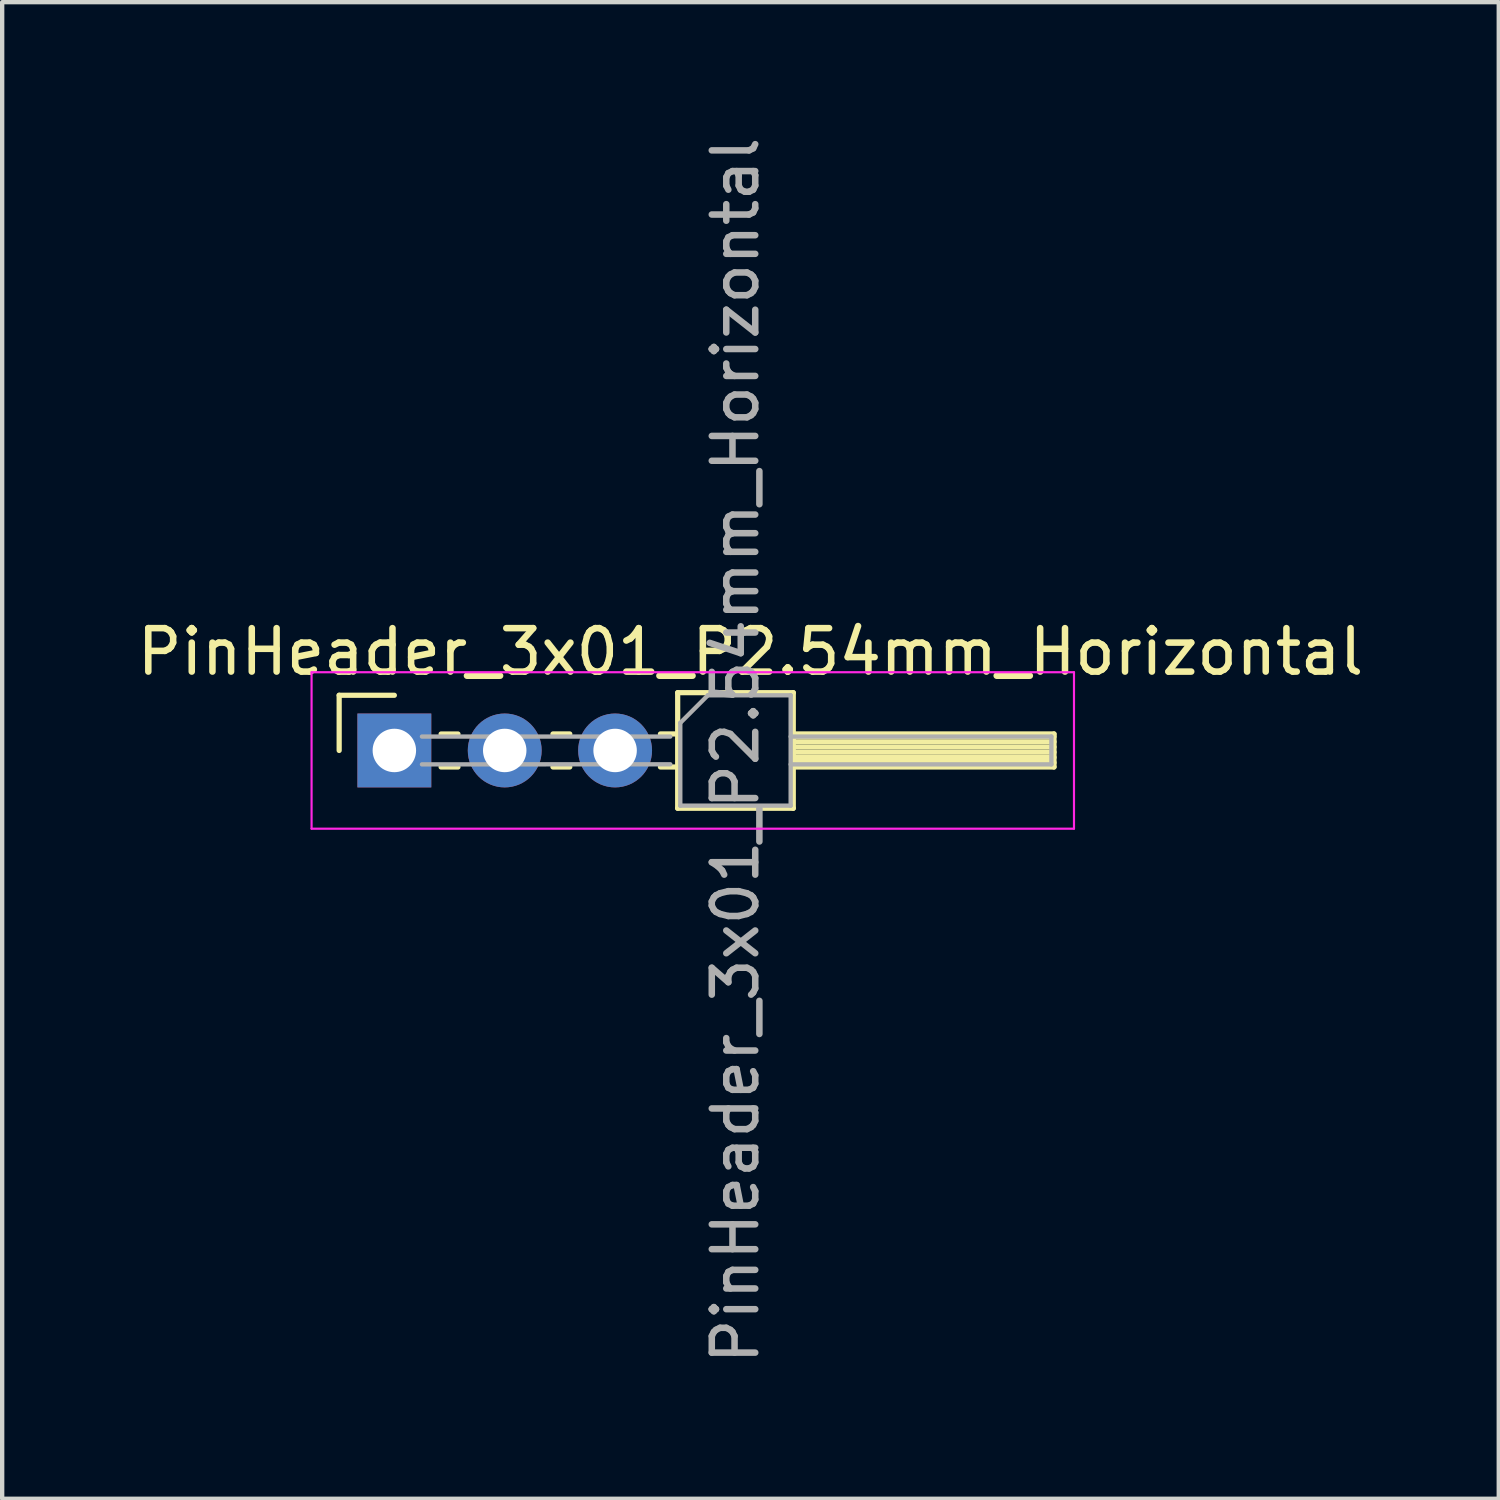
<source format=kicad_pcb>
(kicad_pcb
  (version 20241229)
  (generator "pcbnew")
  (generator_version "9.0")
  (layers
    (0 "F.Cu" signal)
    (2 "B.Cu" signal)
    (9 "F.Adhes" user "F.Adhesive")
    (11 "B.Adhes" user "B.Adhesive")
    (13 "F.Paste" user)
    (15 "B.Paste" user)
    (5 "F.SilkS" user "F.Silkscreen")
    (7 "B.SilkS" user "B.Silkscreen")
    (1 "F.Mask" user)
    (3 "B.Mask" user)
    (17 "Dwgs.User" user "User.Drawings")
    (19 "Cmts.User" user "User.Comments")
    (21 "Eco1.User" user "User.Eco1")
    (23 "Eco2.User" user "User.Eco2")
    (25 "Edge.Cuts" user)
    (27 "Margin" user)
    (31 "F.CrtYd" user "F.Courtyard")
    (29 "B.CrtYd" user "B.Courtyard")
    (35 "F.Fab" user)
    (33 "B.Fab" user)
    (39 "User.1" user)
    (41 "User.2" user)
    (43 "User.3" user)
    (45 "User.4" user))
  (footprint "PinHeader_3x01_P2.54mm_Horizontal"
    (layer "F.Cu")
    (at 8.565 14.22)
    (property "Reference" "PinHeader_3x01_P2.54mm_Horizontal" (at 5.655 -2.27 0) (layer "F.SilkS") (effects (font (size 1 1) (thickness 0.15))))
    (attr through_hole)
    (fp_line (start -3.81 -1.27) (end -2.54 -1.27) (stroke (width 0.12) (type solid)) (layer "F.SilkS"))
    (fp_line (start -3.81 0) (end -3.81 -1.27) (stroke (width 0.12) (type solid)) (layer "F.SilkS"))
    (fp_line (start -1.464 -0.379) (end -1.076 -0.379) (stroke (width 0.12) (type solid)) (layer "F.SilkS"))
    (fp_line (start -1.464 0.381) (end -1.076 0.381) (stroke (width 0.12) (type solid)) (layer "F.SilkS"))
    (fp_line (start 1.11 -0.38) (end 1.497 -0.38) (stroke (width 0.12) (type solid)) (layer "F.SilkS"))
    (fp_line (start 1.11 0.38) (end 1.497 0.38) (stroke (width 0.12) (type solid)) (layer "F.SilkS"))
    (fp_line (start 3.583 -0.38) (end 3.98 -0.38) (stroke (width 0.12) (type solid)) (layer "F.SilkS"))
    (fp_line (start 3.583 0.38) (end 3.98 0.38) (stroke (width 0.12) (type solid)) (layer "F.SilkS"))
    (fp_line (start 3.98 -1.33) (end 3.98 1.33) (stroke (width 0.12) (type solid)) (layer "F.SilkS"))
    (fp_line (start 3.98 1.33) (end 6.64 1.33) (stroke (width 0.12) (type solid)) (layer "F.SilkS"))
    (fp_line (start 6.64 -1.33) (end 3.98 -1.33) (stroke (width 0.12) (type solid)) (layer "F.SilkS"))
    (fp_line (start 6.64 -0.38) (end 12.64 -0.38) (stroke (width 0.12) (type solid)) (layer "F.SilkS"))
    (fp_line (start 6.64 -0.32) (end 12.64 -0.32) (stroke (width 0.12) (type solid)) (layer "F.SilkS"))
    (fp_line (start 6.64 -0.2) (end 12.64 -0.2) (stroke (width 0.12) (type solid)) (layer "F.SilkS"))
    (fp_line (start 6.64 -0.08) (end 12.64 -0.08) (stroke (width 0.12) (type solid)) (layer "F.SilkS"))
    (fp_line (start 6.64 0.04) (end 12.64 0.04) (stroke (width 0.12) (type solid)) (layer "F.SilkS"))
    (fp_line (start 6.64 0.16) (end 12.64 0.16) (stroke (width 0.12) (type solid)) (layer "F.SilkS"))
    (fp_line (start 6.64 0.28) (end 12.64 0.28) (stroke (width 0.12) (type solid)) (layer "F.SilkS"))
    (fp_line (start 6.64 1.33) (end 6.64 -1.33) (stroke (width 0.12) (type solid)) (layer "F.SilkS"))
    (fp_line (start 12.64 -0.38) (end 12.64 0.38) (stroke (width 0.12) (type solid)) (layer "F.SilkS"))
    (fp_line (start 12.64 0.38) (end 6.64 0.38) (stroke (width 0.12) (type solid)) (layer "F.SilkS"))
    (fp_line (start -4.445 -1.8) (end -4.445 1.8) (stroke (width 0.05) (type solid)) (layer "F.CrtYd"))
    (fp_line (start -4.445 1.8) (end 13.1 1.8) (stroke (width 0.05) (type solid)) (layer "F.CrtYd"))
    (fp_line (start 13.1 -1.8) (end -4.445 -1.8) (stroke (width 0.05) (type solid)) (layer "F.CrtYd"))
    (fp_line (start 13.1 1.8) (end 13.1 -1.8) (stroke (width 0.05) (type solid)) (layer "F.CrtYd"))
    (fp_line (start -1.905 -0.32) (end 3.81 -0.32) (stroke (width 0.1) (type solid)) (layer "F.Fab"))
    (fp_line (start -1.905 0.32) (end 3.81 0.318) (stroke (width 0.1) (type solid)) (layer "F.Fab"))
    (fp_line (start -0.32 -0.32) (end -0.32 0.32) (stroke (width 0.1) (type solid)) (layer "F.Fab"))
    (fp_line (start 4.04 -0.635) (end 4.675 -1.27) (stroke (width 0.1) (type solid)) (layer "F.Fab"))
    (fp_line (start 4.04 1.27) (end 4.04 -0.635) (stroke (width 0.1) (type solid)) (layer "F.Fab"))
    (fp_line (start 4.675 -1.27) (end 6.58 -1.27) (stroke (width 0.1) (type solid)) (layer "F.Fab"))
    (fp_line (start 6.58 -1.27) (end 6.58 1.27) (stroke (width 0.1) (type solid)) (layer "F.Fab"))
    (fp_line (start 6.58 -0.32) (end 12.58 -0.32) (stroke (width 0.1) (type solid)) (layer "F.Fab"))
    (fp_line (start 6.58 0.32) (end 12.58 0.32) (stroke (width 0.1) (type solid)) (layer "F.Fab"))
    (fp_line (start 6.58 1.27) (end 4.04 1.27) (stroke (width 0.1) (type solid)) (layer "F.Fab"))
    (fp_line (start 12.58 -0.32) (end 12.58 0.32) (stroke (width 0.1) (type solid)) (layer "F.Fab"))
    (fp_text user "${REFERENCE}" (at 5.31 0 90) (layer "F.Fab") (effects (font (size 1 1) (thickness 0.15))))
    (pad "1" thru_hole rect (at -2.54 0) (size 1.7 1.7) (drill 1) (layers "*.Cu" "*.Mask"))
    (pad "2" thru_hole oval (at 0 0) (size 1.7 1.7) (drill 1) (layers "*.Cu" "*.Mask"))
    (pad "3" thru_hole oval (at 2.54 0) (size 1.7 1.7) (drill 1) (layers "*.Cu" "*.Mask")))
  (gr_rect
    (start -3 -3)
    (end 31.44 31.44)
    (stroke (width 0.1) (type default))
    (fill no)
    (layer "Edge.Cuts")))
</source>
